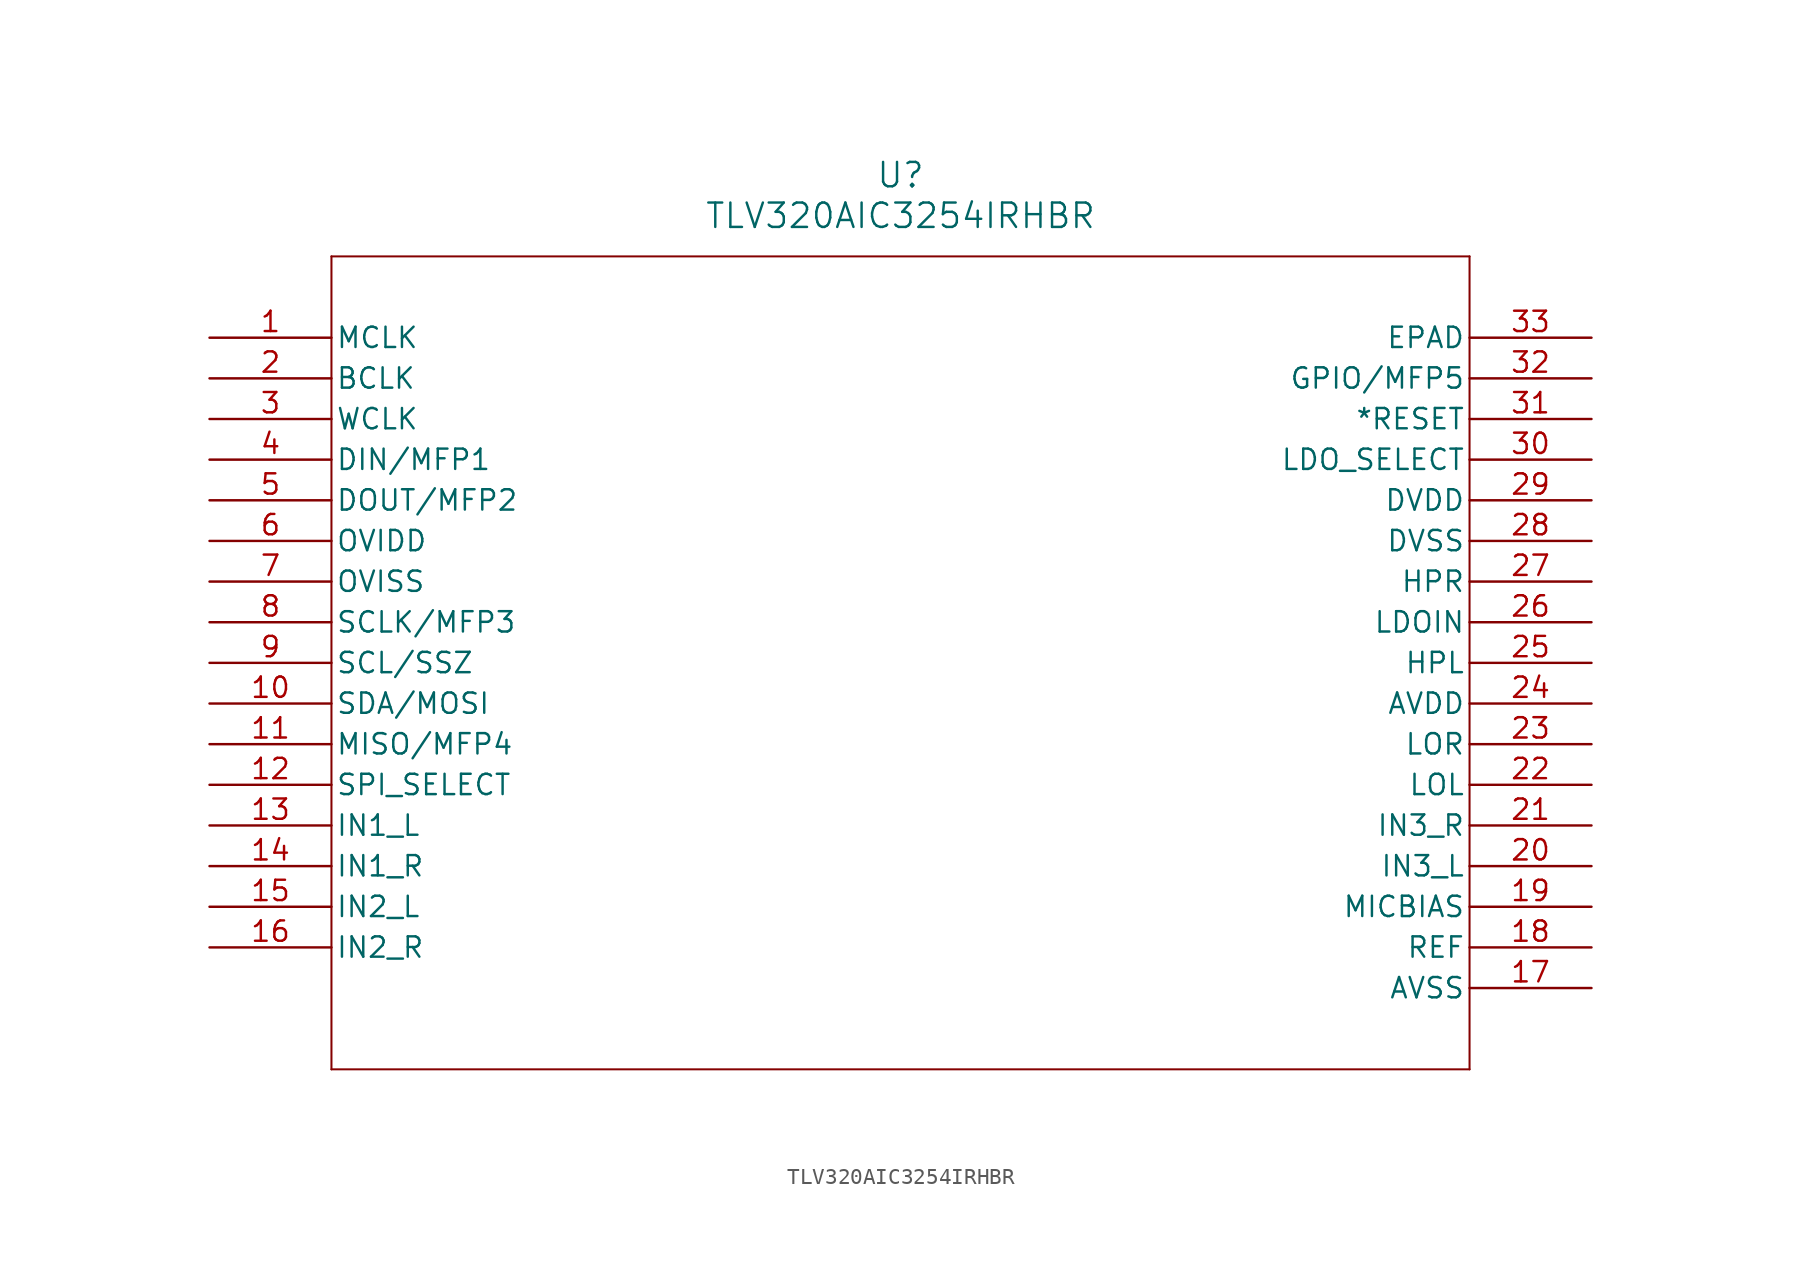
<source format=kicad_sym>
(kicad_symbol_lib
  (version 20211014)
  (generator kicad_symbol_editor)
  (symbol "TLV320AIC3254IRHBR"
    (pin_names
      (offset 0.254))
    (property "Reference" "U"
      (at 43.18 10.16 0)
      (effects (font (size 1.524 1.524))))
    (property "Value" "TLV320AIC3254IRHBR"
      (at 43.18 7.62 0)
      (effects (font (size 1.524 1.524))))
    (symbol "TLV320AIC3254IRHBR_0_1"
      (polyline (pts (xy 7.62 5.08) (xy 7.62 -45.72)) (stroke (width 0.127) (type default) (color 0 0 0 0)) (fill (type none)))
      (polyline (pts (xy 7.62 -45.72) (xy 78.74 -45.72)) (stroke (width 0.127) (type default) (color 0 0 0 0)) (fill (type none)))
      (polyline (pts (xy 78.74 -45.72) (xy 78.74 5.08)) (stroke (width 0.127) (type default) (color 0 0 0 0)) (fill (type none)))
      (polyline (pts (xy 78.74 5.08) (xy 7.62 5.08)) (stroke (width 0.127) (type default) (color 0 0 0 0)) (fill (type none)))
      (pin input line (at 0 0 0) (length 7.62) (name "MCLK" (effects (font (size 1.27 1.27)))) (number "1" (effects (font (size 1.27 1.27)))))
      (pin bidirectional line (at 0 -2.54 0) (length 7.62) (name "BCLK" (effects (font (size 1.27 1.27)))) (number "2" (effects (font (size 1.27 1.27)))))
      (pin bidirectional line (at 0 -5.08 0) (length 7.62) (name "WCLK" (effects (font (size 1.27 1.27)))) (number "3" (effects (font (size 1.27 1.27)))))
      (pin input line (at 0 -7.62 0) (length 7.62) (name "DIN/MFP1" (effects (font (size 1.27 1.27)))) (number "4" (effects (font (size 1.27 1.27)))))
      (pin output line (at 0 -10.16 0) (length 7.62) (name "DOUT/MFP2" (effects (font (size 1.27 1.27)))) (number "5" (effects (font (size 1.27 1.27)))))
      (pin power_in line (at 0 -12.7 0) (length 7.62) (name "OVIDD" (effects (font (size 1.27 1.27)))) (number "6" (effects (font (size 1.27 1.27)))))
      (pin power_in line (at 0 -15.24 0) (length 7.62) (name "OVISS" (effects (font (size 1.27 1.27)))) (number "7" (effects (font (size 1.27 1.27)))))
      (pin input line (at 0 -17.78 0) (length 7.62) (name "SCLK/MFP3" (effects (font (size 1.27 1.27)))) (number "8" (effects (font (size 1.27 1.27)))))
      (pin input line (at 0 -20.32 0) (length 7.62) (name "SCL/SSZ" (effects (font (size 1.27 1.27)))) (number "9" (effects (font (size 1.27 1.27)))))
      (pin input line (at 0 -22.86 0) (length 7.62) (name "SDA/MOSI" (effects (font (size 1.27 1.27)))) (number "10" (effects (font (size 1.27 1.27)))))
      (pin output line (at 0 -25.4 0) (length 7.62) (name "MISO/MFP4" (effects (font (size 1.27 1.27)))) (number "11" (effects (font (size 1.27 1.27)))))
      (pin input line (at 0 -27.94 0) (length 7.62) (name "SPI_SELECT" (effects (font (size 1.27 1.27)))) (number "12" (effects (font (size 1.27 1.27)))))
      (pin input line (at 0 -30.48 0) (length 7.62) (name "IN1_L" (effects (font (size 1.27 1.27)))) (number "13" (effects (font (size 1.27 1.27)))))
      (pin input line (at 0 -33.02 0) (length 7.62) (name "IN1_R" (effects (font (size 1.27 1.27)))) (number "14" (effects (font (size 1.27 1.27)))))
      (pin input line (at 0 -35.56 0) (length 7.62) (name "IN2_L" (effects (font (size 1.27 1.27)))) (number "15" (effects (font (size 1.27 1.27)))))
      (pin input line (at 0 -38.1 0) (length 7.62) (name "IN2_R" (effects (font (size 1.27 1.27)))) (number "16" (effects (font (size 1.27 1.27)))))
      (pin power_in line (at 86.36 -40.64 180) (length 7.62) (name "AVSS" (effects (font (size 1.27 1.27)))) (number "17" (effects (font (size 1.27 1.27)))))
      (pin output line (at 86.36 -38.1 180) (length 7.62) (name "REF" (effects (font (size 1.27 1.27)))) (number "18" (effects (font (size 1.27 1.27)))))
      (pin output line (at 86.36 -35.56 180) (length 7.62) (name "MICBIAS" (effects (font (size 1.27 1.27)))) (number "19" (effects (font (size 1.27 1.27)))))
      (pin input line (at 86.36 -33.02 180) (length 7.62) (name "IN3_L" (effects (font (size 1.27 1.27)))) (number "20" (effects (font (size 1.27 1.27)))))
      (pin input line (at 86.36 -30.48 180) (length 7.62) (name "IN3_R" (effects (font (size 1.27 1.27)))) (number "21" (effects (font (size 1.27 1.27)))))
      (pin output line (at 86.36 -27.94 180) (length 7.62) (name "LOL" (effects (font (size 1.27 1.27)))) (number "22" (effects (font (size 1.27 1.27)))))
      (pin output line (at 86.36 -25.4 180) (length 7.62) (name "LOR" (effects (font (size 1.27 1.27)))) (number "23" (effects (font (size 1.27 1.27)))))
      (pin power_in line (at 86.36 -22.86 180) (length 7.62) (name "AVDD" (effects (font (size 1.27 1.27)))) (number "24" (effects (font (size 1.27 1.27)))))
      (pin output line (at 86.36 -20.32 180) (length 7.62) (name "HPL" (effects (font (size 1.27 1.27)))) (number "25" (effects (font (size 1.27 1.27)))))
      (pin input line (at 86.36 -17.78 180) (length 7.62) (name "LDOIN" (effects (font (size 1.27 1.27)))) (number "26" (effects (font (size 1.27 1.27)))))
      (pin output line (at 86.36 -15.24 180) (length 7.62) (name "HPR" (effects (font (size 1.27 1.27)))) (number "27" (effects (font (size 1.27 1.27)))))
      (pin power_in line (at 86.36 -12.7 180) (length 7.62) (name "DVSS" (effects (font (size 1.27 1.27)))) (number "28" (effects (font (size 1.27 1.27)))))
      (pin power_in line (at 86.36 -10.16 180) (length 7.62) (name "DVDD" (effects (font (size 1.27 1.27)))) (number "29" (effects (font (size 1.27 1.27)))))
      (pin input line (at 86.36 -7.62 180) (length 7.62) (name "LDO_SELECT" (effects (font (size 1.27 1.27)))) (number "30" (effects (font (size 1.27 1.27)))))
      (pin input line (at 86.36 -5.08 180) (length 7.62) (name "*RESET" (effects (font (size 1.27 1.27)))) (number "31" (effects (font (size 1.27 1.27)))))
      (pin input line (at 86.36 -2.54 180) (length 7.62) (name "GPIO/MFP5" (effects (font (size 1.27 1.27)))) (number "32" (effects (font (size 1.27 1.27)))))
      (pin unspecified line (at 86.36 0 180) (length 7.62) (name "EPAD" (effects (font (size 1.27 1.27)))) (number "33" (effects (font (size 1.27 1.27))))))))
</source>
